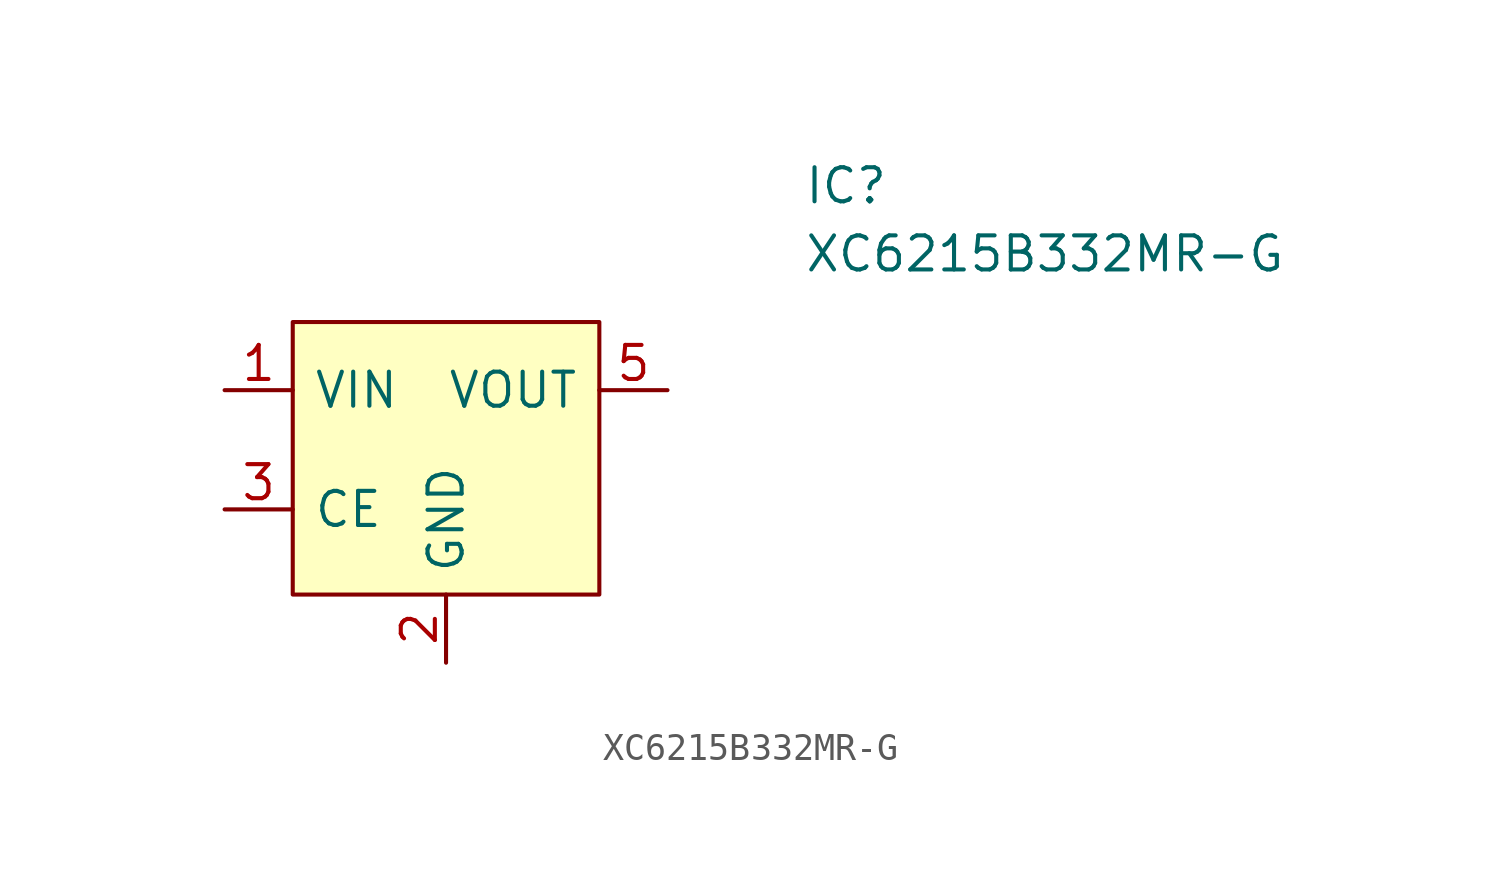
<source format=kicad_sym>
(kicad_symbol_lib
  (version 20220914)
  (generator kicad_symbol_editor)
  (symbol "XC6215B332MR-G"
    (pin_names
      (offset 0.762))
    (property "Reference" "IC"
      (at 24.13 7.62 0)
      (effects (font (size 1.27 1.27)) (justify left)))
    (property "Value" "XC6215B332MR-G"
      (at 24.13 5.08 0)
      (effects (font (size 1.27 1.27)) (justify left)))
    (symbol "XC6215B332MR-G_1_0"
      (polyline (pts (xy 5.08 2.54) (xy 16.51 2.54) (xy 16.51 -7.62) (xy 5.08 -7.62) (xy 5.08 2.54)) (stroke (width 0.152) (type default)) (fill (type background)))
      (pin passive line (at 2.54 0 0) (length 2.54) (name "VIN" (effects (font (size 1.27 1.27)))) (number "1" (effects (font (size 1.27 1.27)))))
      (pin passive line (at 10.795 -10.16 90) (length 2.54) (name "GND" (effects (font (size 1.27 1.27)))) (number "2" (effects (font (size 1.27 1.27)))))
      (pin passive line (at 2.54 -4.445 0) (length 2.54) (name "CE" (effects (font (size 1.27 1.27)))) (number "3" (effects (font (size 1.27 1.27)))))
      (pin no_connect line (at 19.05 -4.445 180) (length 2.54) hide (name "NC" (effects (font (size 1.27 1.27)))) (number "4" (effects (font (size 1.27 1.27)))))
      (pin passive line (at 19.05 0 180) (length 2.54) (name "VOUT" (effects (font (size 1.27 1.27)))) (number "5" (effects (font (size 1.27 1.27))))))))
</source>
